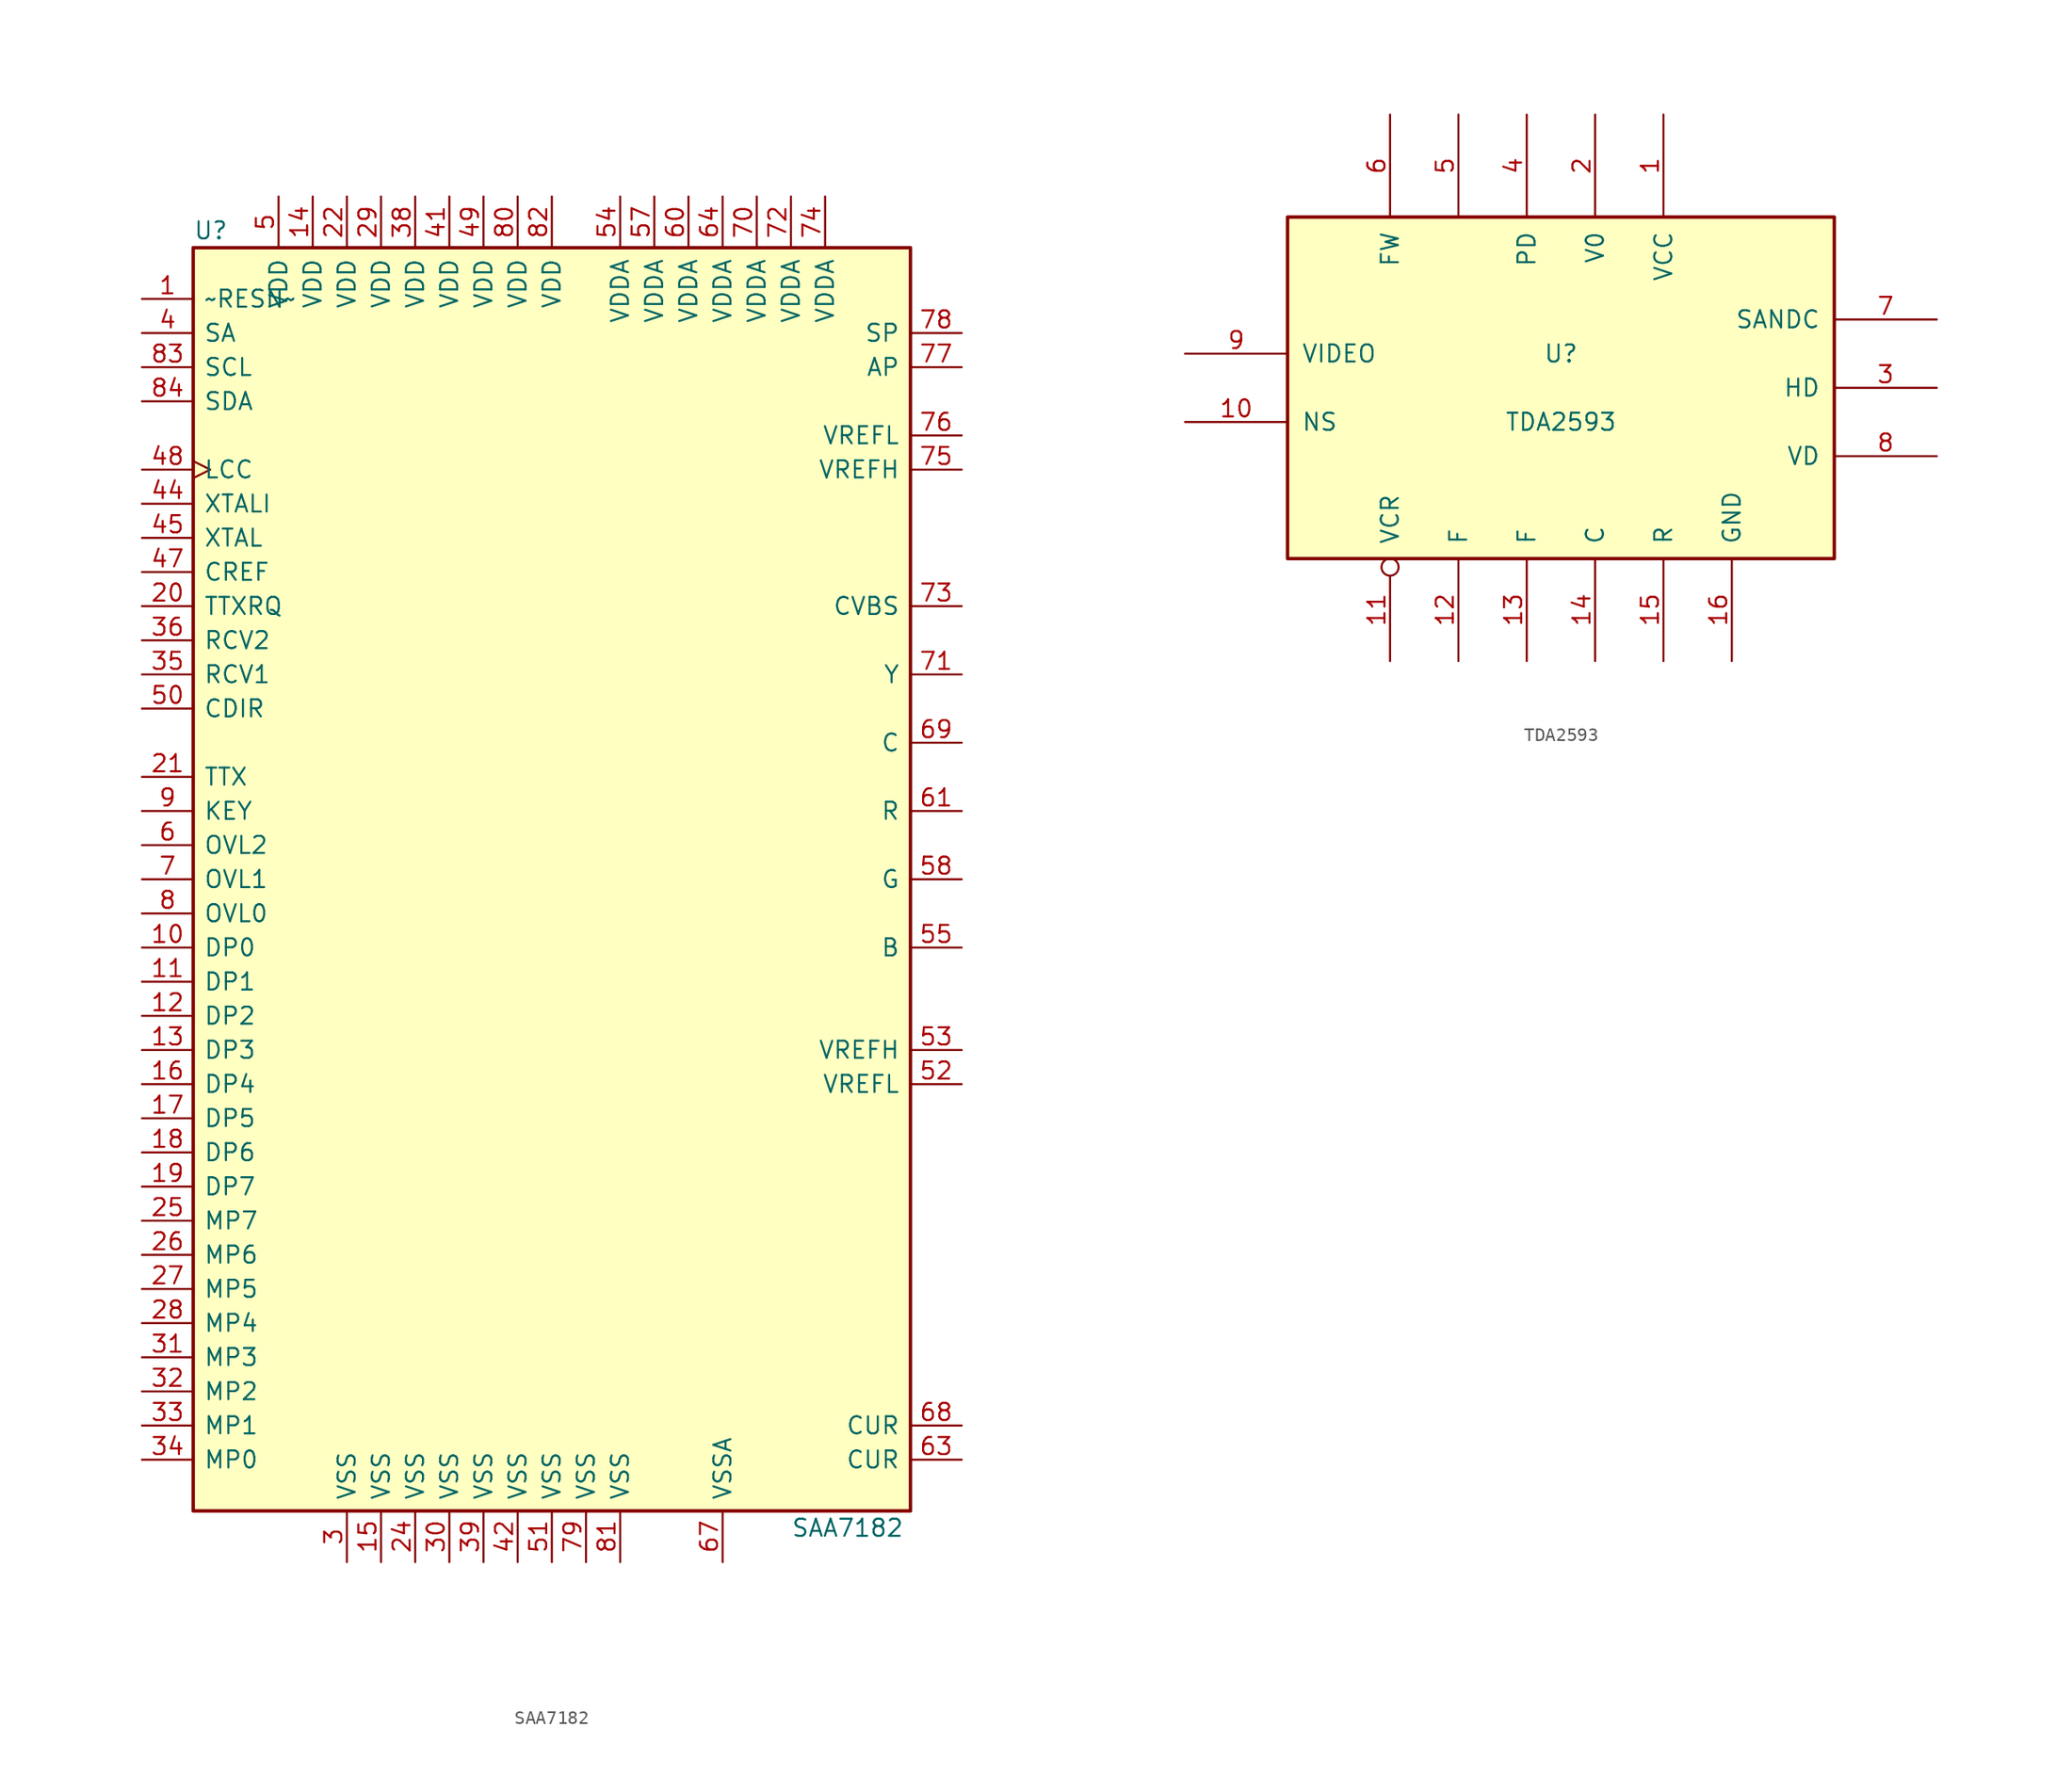
<source format=kicad_sym>
(kicad_symbol_lib
  (version 20241209)
  (generator "kicad_symbol_editor")
  (generator_version "9.0")
  (symbol "SAA7182"
    (pin_names
      (offset 0.762))
    (property "Reference" "U"
      (at -26.67 48.26 0)
      (effects (font (size 1.27 1.27)) (justify left)))
    (property "Value" "SAA7182"
      (at 17.78 -48.26 0)
      (effects (font (size 1.27 1.27)) (justify left)))
    (symbol "SAA7182_0_1"
      (rectangle (start -26.67 -46.99) (end 26.67 46.99) (stroke (width 0.254) (type default)) (fill (type background))))
    (symbol "SAA7182_1_1"
      (pin input line (at -30.48 43.18 0) (length 3.81) (name "~RESN~" (effects (font (size 1.27 1.27)))) (number "1" (effects (font (size 1.27 1.27)))))
      (pin input line (at -30.48 40.64 0) (length 3.81) (name "SA" (effects (font (size 1.27 1.27)))) (number "4" (effects (font (size 1.27 1.27)))))
      (pin input line (at -30.48 38.1 0) (length 3.81) (name "SCL" (effects (font (size 1.27 1.27)))) (number "83" (effects (font (size 1.27 1.27)))))
      (pin bidirectional line (at -30.48 35.56 0) (length 3.81) (name "SDA" (effects (font (size 1.27 1.27)))) (number "84" (effects (font (size 1.27 1.27)))))
      (pin bidirectional clock (at -30.48 30.48 0) (length 3.81) (name "LCC" (effects (font (size 1.27 1.27)))) (number "48" (effects (font (size 1.27 1.27)))))
      (pin input line (at -30.48 27.94 0) (length 3.81) (name "XTALI" (effects (font (size 1.27 1.27)))) (number "44" (effects (font (size 1.27 1.27)))))
      (pin output line (at -30.48 25.4 0) (length 3.81) (name "XTAL" (effects (font (size 1.27 1.27)))) (number "45" (effects (font (size 1.27 1.27)))))
      (pin bidirectional line (at -30.48 22.86 0) (length 3.81) (name "CREF" (effects (font (size 1.27 1.27)))) (number "47" (effects (font (size 1.27 1.27)))))
      (pin output line (at -30.48 20.32 0) (length 3.81) (name "TTXRQ" (effects (font (size 1.27 1.27)))) (number "20" (effects (font (size 1.27 1.27)))))
      (pin bidirectional line (at -30.48 17.78 0) (length 3.81) (name "RCV2" (effects (font (size 1.27 1.27)))) (number "36" (effects (font (size 1.27 1.27)))))
      (pin bidirectional line (at -30.48 15.24 0) (length 3.81) (name "RCV1" (effects (font (size 1.27 1.27)))) (number "35" (effects (font (size 1.27 1.27)))))
      (pin input line (at -30.48 12.7 0) (length 3.81) (name "CDIR" (effects (font (size 1.27 1.27)))) (number "50" (effects (font (size 1.27 1.27)))))
      (pin input line (at -30.48 7.62 0) (length 3.81) (name "TTX" (effects (font (size 1.27 1.27)))) (number "21" (effects (font (size 1.27 1.27)))))
      (pin input line (at -30.48 5.08 0) (length 3.81) (name "KEY" (effects (font (size 1.27 1.27)))) (number "9" (effects (font (size 1.27 1.27)))))
      (pin input line (at -30.48 2.54 0) (length 3.81) (name "OVL2" (effects (font (size 1.27 1.27)))) (number "6" (effects (font (size 1.27 1.27)))))
      (pin input line (at -30.48 0 0) (length 3.81) (name "OVL1" (effects (font (size 1.27 1.27)))) (number "7" (effects (font (size 1.27 1.27)))))
      (pin input line (at -30.48 -2.54 0) (length 3.81) (name "OVL0" (effects (font (size 1.27 1.27)))) (number "8" (effects (font (size 1.27 1.27)))))
      (pin input line (at -30.48 -5.08 0) (length 3.81) (name "DP0" (effects (font (size 1.27 1.27)))) (number "10" (effects (font (size 1.27 1.27)))))
      (pin input line (at -30.48 -7.62 0) (length 3.81) (name "DP1" (effects (font (size 1.27 1.27)))) (number "11" (effects (font (size 1.27 1.27)))))
      (pin input line (at -30.48 -10.16 0) (length 3.81) (name "DP2" (effects (font (size 1.27 1.27)))) (number "12" (effects (font (size 1.27 1.27)))))
      (pin input line (at -30.48 -12.7 0) (length 3.81) (name "DP3" (effects (font (size 1.27 1.27)))) (number "13" (effects (font (size 1.27 1.27)))))
      (pin input line (at -30.48 -15.24 0) (length 3.81) (name "DP4" (effects (font (size 1.27 1.27)))) (number "16" (effects (font (size 1.27 1.27)))))
      (pin input line (at -30.48 -17.78 0) (length 3.81) (name "DP5" (effects (font (size 1.27 1.27)))) (number "17" (effects (font (size 1.27 1.27)))))
      (pin input line (at -30.48 -20.32 0) (length 3.81) (name "DP6" (effects (font (size 1.27 1.27)))) (number "18" (effects (font (size 1.27 1.27)))))
      (pin input line (at -30.48 -22.86 0) (length 3.81) (name "DP7" (effects (font (size 1.27 1.27)))) (number "19" (effects (font (size 1.27 1.27)))))
      (pin input line (at -30.48 -25.4 0) (length 3.81) (name "MP7" (effects (font (size 1.27 1.27)))) (number "25" (effects (font (size 1.27 1.27)))))
      (pin input line (at -30.48 -27.94 0) (length 3.81) (name "MP6" (effects (font (size 1.27 1.27)))) (number "26" (effects (font (size 1.27 1.27)))))
      (pin input line (at -30.48 -30.48 0) (length 3.81) (name "MP5" (effects (font (size 1.27 1.27)))) (number "27" (effects (font (size 1.27 1.27)))))
      (pin input line (at -30.48 -33.02 0) (length 3.81) (name "MP4" (effects (font (size 1.27 1.27)))) (number "28" (effects (font (size 1.27 1.27)))))
      (pin input line (at -30.48 -35.56 0) (length 3.81) (name "MP3" (effects (font (size 1.27 1.27)))) (number "31" (effects (font (size 1.27 1.27)))))
      (pin input line (at -30.48 -38.1 0) (length 3.81) (name "MP2" (effects (font (size 1.27 1.27)))) (number "32" (effects (font (size 1.27 1.27)))))
      (pin input line (at -30.48 -40.64 0) (length 3.81) (name "MP1" (effects (font (size 1.27 1.27)))) (number "33" (effects (font (size 1.27 1.27)))))
      (pin input line (at -30.48 -43.18 0) (length 3.81) (name "MP0" (effects (font (size 1.27 1.27)))) (number "34" (effects (font (size 1.27 1.27)))))
      (pin power_in line (at -20.32 50.8 270) (length 3.81) (name "VDD" (effects (font (size 1.27 1.27)))) (number "5" (effects (font (size 1.27 1.27)))))
      (pin power_in line (at -17.78 50.8 270) (length 3.81) (name "VDD" (effects (font (size 1.27 1.27)))) (number "14" (effects (font (size 1.27 1.27)))))
      (pin power_in line (at -15.24 50.8 270) (length 3.81) (name "VDD" (effects (font (size 1.27 1.27)))) (number "22" (effects (font (size 1.27 1.27)))))
      (pin power_in line (at -15.24 -50.8 90) (length 3.81) (name "VSS" (effects (font (size 1.27 1.27)))) (number "3" (effects (font (size 1.27 1.27)))))
      (pin power_in line (at -12.7 50.8 270) (length 3.81) (name "VDD" (effects (font (size 1.27 1.27)))) (number "29" (effects (font (size 1.27 1.27)))))
      (pin power_in line (at -12.7 -50.8 90) (length 3.81) (name "VSS" (effects (font (size 1.27 1.27)))) (number "15" (effects (font (size 1.27 1.27)))))
      (pin power_in line (at -10.16 50.8 270) (length 3.81) (name "VDD" (effects (font (size 1.27 1.27)))) (number "38" (effects (font (size 1.27 1.27)))))
      (pin power_in line (at -10.16 -50.8 90) (length 3.81) (name "VSS" (effects (font (size 1.27 1.27)))) (number "24" (effects (font (size 1.27 1.27)))))
      (pin power_in line (at -7.62 50.8 270) (length 3.81) (name "VDD" (effects (font (size 1.27 1.27)))) (number "41" (effects (font (size 1.27 1.27)))))
      (pin power_in line (at -7.62 -50.8 90) (length 3.81) (name "VSS" (effects (font (size 1.27 1.27)))) (number "30" (effects (font (size 1.27 1.27)))))
      (pin power_in line (at -5.08 50.8 270) (length 3.81) (name "VDD" (effects (font (size 1.27 1.27)))) (number "49" (effects (font (size 1.27 1.27)))))
      (pin power_in line (at -5.08 -50.8 90) (length 3.81) (name "VSS" (effects (font (size 1.27 1.27)))) (number "39" (effects (font (size 1.27 1.27)))))
      (pin power_in line (at -2.54 50.8 270) (length 3.81) (name "VDD" (effects (font (size 1.27 1.27)))) (number "80" (effects (font (size 1.27 1.27)))))
      (pin power_in line (at -2.54 -50.8 90) (length 3.81) (name "VSS" (effects (font (size 1.27 1.27)))) (number "42" (effects (font (size 1.27 1.27)))))
      (pin power_in line (at 0 50.8 270) (length 3.81) (name "VDD" (effects (font (size 1.27 1.27)))) (number "82" (effects (font (size 1.27 1.27)))))
      (pin power_in line (at 0 -50.8 90) (length 3.81) (name "VSS" (effects (font (size 1.27 1.27)))) (number "51" (effects (font (size 1.27 1.27)))))
      (pin power_in line (at 2.54 -50.8 90) (length 3.81) (name "VSS" (effects (font (size 1.27 1.27)))) (number "79" (effects (font (size 1.27 1.27)))))
      (pin power_in line (at 5.08 50.8 270) (length 3.81) (name "VDDA" (effects (font (size 1.27 1.27)))) (number "54" (effects (font (size 1.27 1.27)))))
      (pin power_in line (at 5.08 -50.8 90) (length 3.81) (name "VSS" (effects (font (size 1.27 1.27)))) (number "81" (effects (font (size 1.27 1.27)))))
      (pin power_in line (at 7.62 50.8 270) (length 3.81) (name "VDDA" (effects (font (size 1.27 1.27)))) (number "57" (effects (font (size 1.27 1.27)))))
      (pin power_in line (at 10.16 50.8 270) (length 3.81) (name "VDDA" (effects (font (size 1.27 1.27)))) (number "60" (effects (font (size 1.27 1.27)))))
      (pin power_in line (at 12.7 50.8 270) (length 3.81) (name "VDDA" (effects (font (size 1.27 1.27)))) (number "64" (effects (font (size 1.27 1.27)))))
      (pin power_in line (at 12.7 -50.8 90) (length 3.81) (name "VSSA" (effects (font (size 1.27 1.27)))) (number "67" (effects (font (size 1.27 1.27)))))
      (pin power_in line (at 15.24 50.8 270) (length 3.81) (name "VDDA" (effects (font (size 1.27 1.27)))) (number "70" (effects (font (size 1.27 1.27)))))
      (pin power_in line (at 17.78 50.8 270) (length 3.81) (name "VDDA" (effects (font (size 1.27 1.27)))) (number "72" (effects (font (size 1.27 1.27)))))
      (pin power_in line (at 20.32 50.8 270) (length 3.81) (name "VDDA" (effects (font (size 1.27 1.27)))) (number "74" (effects (font (size 1.27 1.27)))))
      (pin input line (at 30.48 40.64 180) (length 3.81) (name "SP" (effects (font (size 1.27 1.27)))) (number "78" (effects (font (size 1.27 1.27)))))
      (pin input line (at 30.48 38.1 180) (length 3.81) (name "AP" (effects (font (size 1.27 1.27)))) (number "77" (effects (font (size 1.27 1.27)))))
      (pin passive line (at 30.48 33.02 180) (length 3.81) (name "VREFL" (effects (font (size 1.27 1.27)))) (number "76" (effects (font (size 1.27 1.27)))))
      (pin passive line (at 30.48 30.48 180) (length 3.81) (name "VREFH" (effects (font (size 1.27 1.27)))) (number "75" (effects (font (size 1.27 1.27)))))
      (pin output line (at 30.48 20.32 180) (length 3.81) (name "CVBS" (effects (font (size 1.27 1.27)))) (number "73" (effects (font (size 1.27 1.27)))))
      (pin output line (at 30.48 15.24 180) (length 3.81) (name "Y" (effects (font (size 1.27 1.27)))) (number "71" (effects (font (size 1.27 1.27)))))
      (pin output line (at 30.48 10.16 180) (length 3.81) (name "C" (effects (font (size 1.27 1.27)))) (number "69" (effects (font (size 1.27 1.27)))))
      (pin output line (at 30.48 5.08 180) (length 3.81) (name "R" (effects (font (size 1.27 1.27)))) (number "61" (effects (font (size 1.27 1.27)))))
      (pin output line (at 30.48 0 180) (length 3.81) (name "G" (effects (font (size 1.27 1.27)))) (number "58" (effects (font (size 1.27 1.27)))))
      (pin output line (at 30.48 -5.08 180) (length 3.81) (name "B" (effects (font (size 1.27 1.27)))) (number "55" (effects (font (size 1.27 1.27)))))
      (pin passive line (at 30.48 -12.7 180) (length 3.81) (name "VREFH" (effects (font (size 1.27 1.27)))) (number "53" (effects (font (size 1.27 1.27)))))
      (pin passive line (at 30.48 -15.24 180) (length 3.81) (name "VREFL" (effects (font (size 1.27 1.27)))) (number "52" (effects (font (size 1.27 1.27)))))
      (pin input line (at 30.48 -40.64 180) (length 3.81) (name "CUR" (effects (font (size 1.27 1.27)))) (number "68" (effects (font (size 1.27 1.27)))))
      (pin input line (at 30.48 -43.18 180) (length 3.81) (name "CUR" (effects (font (size 1.27 1.27)))) (number "63" (effects (font (size 1.27 1.27)))))))
  (symbol "TDA2593"
    (pin_names
      (offset 1.016))
    (property "Reference" "U"
      (at 0 2.54 0)
      (effects (font (size 1.27 1.27))))
    (property "Value" "TDA2593"
      (at 0 -2.54 0)
      (effects (font (size 1.27 1.27))))
    (symbol "TDA2593_0_1"
      (rectangle (start -20.32 -12.7) (end 20.32 12.7) (stroke (width 0.254) (type default)) (fill (type background))))
    (symbol "TDA2593_1_1"
      (pin input line (at -27.94 2.54 0) (length 7.62) (name "VIDEO" (effects (font (size 1.27 1.27)))) (number "9" (effects (font (size 1.27 1.27)))))
      (pin input line (at -27.94 -2.54 0) (length 7.62) (name "NS" (effects (font (size 1.27 1.27)))) (number "10" (effects (font (size 1.27 1.27)))))
      (pin input line (at -12.7 20.32 270) (length 7.62) (name "FW" (effects (font (size 1.27 1.27)))) (number "6" (effects (font (size 1.27 1.27)))))
      (pin input inverted (at -12.7 -20.32 90) (length 7.62) (name "VCR" (effects (font (size 1.27 1.27)))) (number "11" (effects (font (size 1.27 1.27)))))
      (pin input line (at -7.62 20.32 270) (length 7.62) (name "~" (effects (font (size 1.27 1.27)))) (number "5" (effects (font (size 1.27 1.27)))))
      (pin input line (at -7.62 -20.32 90) (length 7.62) (name "F" (effects (font (size 1.27 1.27)))) (number "12" (effects (font (size 1.27 1.27)))))
      (pin input line (at -2.54 20.32 270) (length 7.62) (name "PD" (effects (font (size 1.27 1.27)))) (number "4" (effects (font (size 1.27 1.27)))))
      (pin input line (at -2.54 -20.32 90) (length 7.62) (name "F" (effects (font (size 1.27 1.27)))) (number "13" (effects (font (size 1.27 1.27)))))
      (pin input line (at 2.54 20.32 270) (length 7.62) (name "V0" (effects (font (size 1.27 1.27)))) (number "2" (effects (font (size 1.27 1.27)))))
      (pin input line (at 2.54 -20.32 90) (length 7.62) (name "C" (effects (font (size 1.27 1.27)))) (number "14" (effects (font (size 1.27 1.27)))))
      (pin input line (at 7.62 20.32 270) (length 7.62) (name "VCC" (effects (font (size 1.27 1.27)))) (number "1" (effects (font (size 1.27 1.27)))))
      (pin input line (at 7.62 -20.32 90) (length 7.62) (name "R" (effects (font (size 1.27 1.27)))) (number "15" (effects (font (size 1.27 1.27)))))
      (pin input line (at 12.7 -20.32 90) (length 7.62) (name "GND" (effects (font (size 1.27 1.27)))) (number "16" (effects (font (size 1.27 1.27)))))
      (pin output line (at 27.94 5.08 180) (length 7.62) (name "SANDC" (effects (font (size 1.27 1.27)))) (number "7" (effects (font (size 1.27 1.27)))))
      (pin output line (at 27.94 0 180) (length 7.62) (name "HD" (effects (font (size 1.27 1.27)))) (number "3" (effects (font (size 1.27 1.27)))))
      (pin output line (at 27.94 -5.08 180) (length 7.62) (name "VD" (effects (font (size 1.27 1.27)))) (number "8" (effects (font (size 1.27 1.27))))))))
</source>
